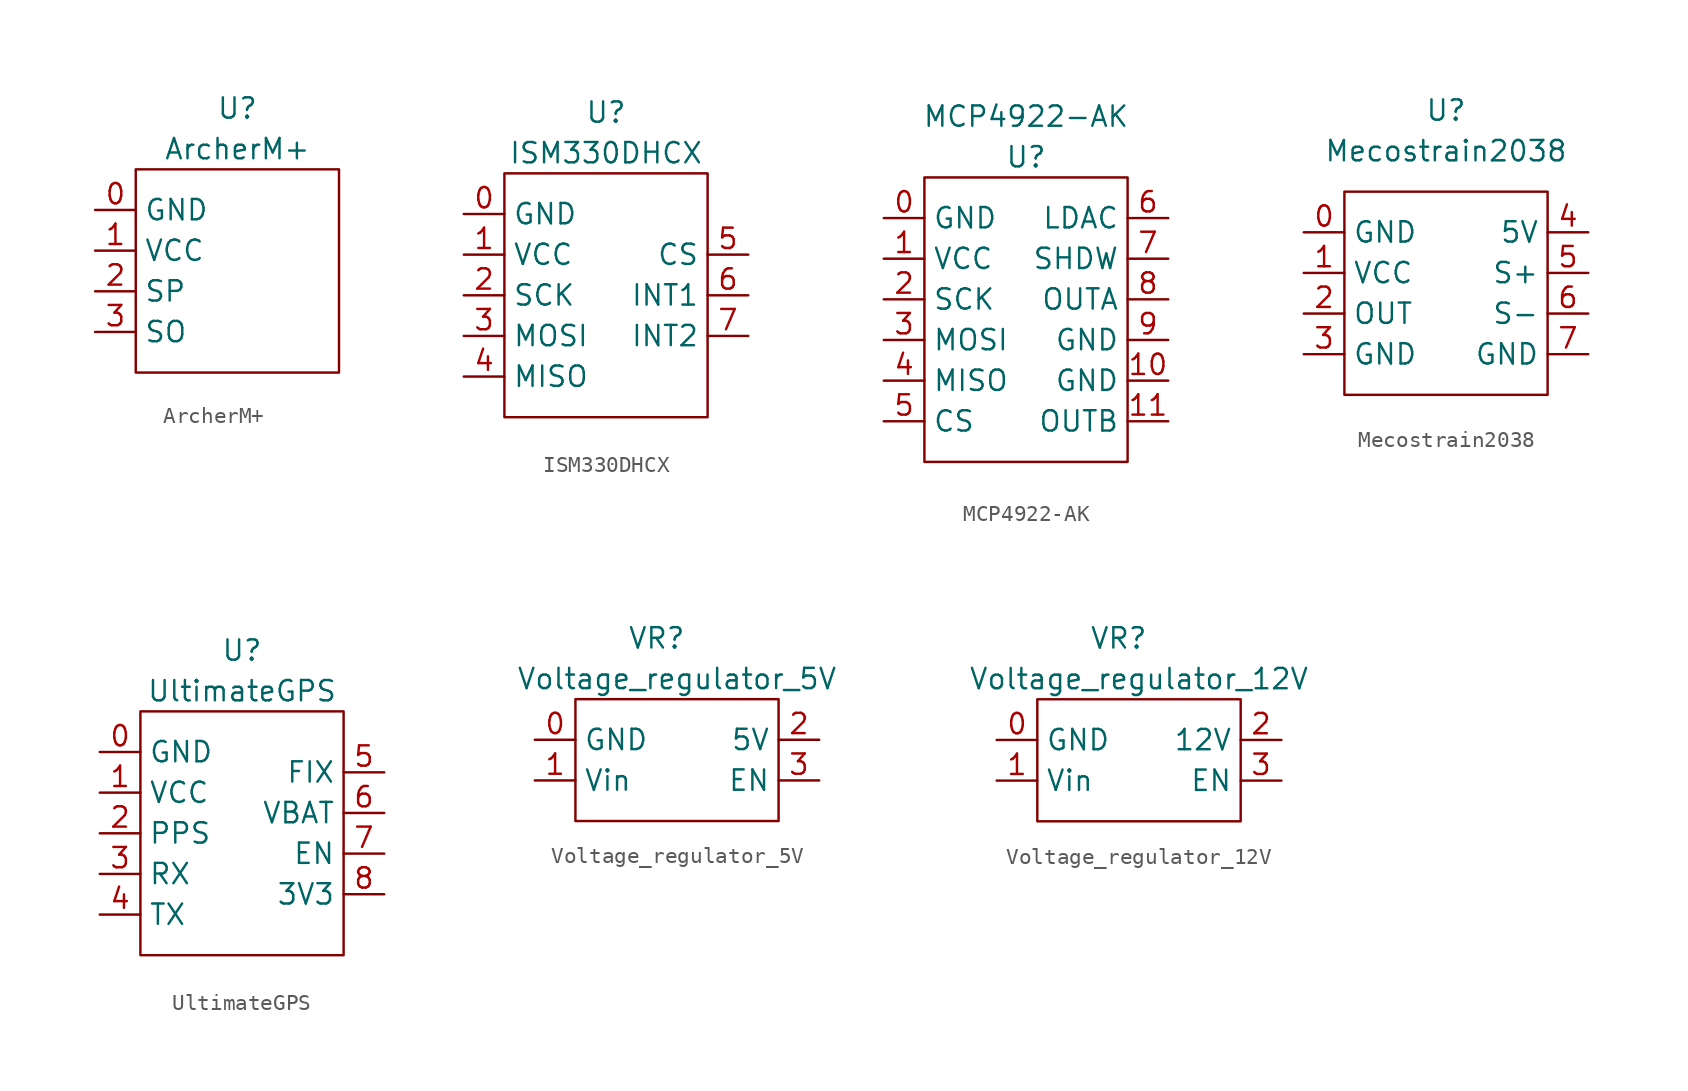
<source format=kicad_sym>
(kicad_symbol_lib
  (version 20211014)
  (generator kicad_symbol_editor)
  (symbol "ArcherM+"
    (property "Reference" "U"
      (at 0 10.16 0)
      (effects (font (size 1.27 1.27))))
    (property "Value" "ArcherM+"
      (at 0 7.62 0)
      (effects (font (size 1.27 1.27))))
    (symbol "ArcherM+_0_1"
      (rectangle (start -6.35 6.35) (end 6.35 -6.35) (stroke (width 0) (type default) (color 0 0 0 0)) (fill (type none))))
    (symbol "ArcherM+_1_1"
      (pin passive line (at -8.89 3.81 0) (length 2.54) (name "GND" (effects (font (size 1.27 1.27)))) (number "0" (effects (font (size 1.27 1.27)))))
      (pin passive line (at -8.89 1.27 0) (length 2.54) (name "VCC" (effects (font (size 1.27 1.27)))) (number "1" (effects (font (size 1.27 1.27)))))
      (pin passive line (at -8.89 -1.27 0) (length 2.54) (name "SP" (effects (font (size 1.27 1.27)))) (number "2" (effects (font (size 1.27 1.27)))))
      (pin passive line (at -8.89 -3.81 0) (length 2.54) (name "SO" (effects (font (size 1.27 1.27)))) (number "3" (effects (font (size 1.27 1.27)))))))
  (symbol "ISM330DHCX"
    (property "Reference" "U"
      (at 0 11.43 0)
      (effects (font (size 1.27 1.27))))
    (property "Value" "ISM330DHCX"
      (at 0 8.89 0)
      (effects (font (size 1.27 1.27))))
    (symbol "ISM330DHCX_0_1"
      (rectangle (start -6.35 7.62) (end 6.35 -7.62) (stroke (width 0) (type default) (color 0 0 0 0)) (fill (type none))))
    (symbol "ISM330DHCX_1_1"
      (pin passive line (at -8.89 5.08 0) (length 2.54) (name "GND" (effects (font (size 1.27 1.27)))) (number "0" (effects (font (size 1.27 1.27)))))
      (pin passive line (at -8.89 2.54 0) (length 2.54) (name "VCC" (effects (font (size 1.27 1.27)))) (number "1" (effects (font (size 1.27 1.27)))))
      (pin passive line (at -8.89 0 0) (length 2.54) (name "SCK" (effects (font (size 1.27 1.27)))) (number "2" (effects (font (size 1.27 1.27)))))
      (pin passive line (at -8.89 -2.54 0) (length 2.54) (name "MOSI" (effects (font (size 1.27 1.27)))) (number "3" (effects (font (size 1.27 1.27)))))
      (pin passive line (at -8.89 -5.08 0) (length 2.54) (name "MISO" (effects (font (size 1.27 1.27)))) (number "4" (effects (font (size 1.27 1.27)))))
      (pin passive line (at 8.89 2.54 180) (length 2.54) (name "CS" (effects (font (size 1.27 1.27)))) (number "5" (effects (font (size 1.27 1.27)))))
      (pin passive line (at 8.89 0 180) (length 2.54) (name "INT1" (effects (font (size 1.27 1.27)))) (number "6" (effects (font (size 1.27 1.27)))))
      (pin passive line (at 8.89 -2.54 180) (length 2.54) (name "INT2" (effects (font (size 1.27 1.27)))) (number "7" (effects (font (size 1.27 1.27)))))))
  (symbol "MCP4922-AK"
    (property "Reference" "U"
      (at 0 11.43 0)
      (effects (font (size 1.27 1.27))))
    (property "Value" "MCP4922-AK"
      (at 0 13.97 0)
      (effects (font (size 1.27 1.27))))
    (symbol "MCP4922-AK_0_1"
      (rectangle (start -6.35 10.16) (end 6.35 -7.62) (stroke (width 0) (type default) (color 0 0 0 0)) (fill (type none))))
    (symbol "MCP4922-AK_1_1"
      (pin passive line (at -8.89 7.62 0) (length 2.54) (name "GND" (effects (font (size 1.27 1.27)))) (number "0" (effects (font (size 1.27 1.27)))))
      (pin passive line (at -8.89 5.08 0) (length 2.54) (name "VCC" (effects (font (size 1.27 1.27)))) (number "1" (effects (font (size 1.27 1.27)))))
      (pin passive line (at 8.89 -2.54 180) (length 2.54) (name "GND" (effects (font (size 1.27 1.27)))) (number "10" (effects (font (size 1.27 1.27)))))
      (pin passive line (at 8.89 -5.08 180) (length 2.54) (name "OUTB" (effects (font (size 1.27 1.27)))) (number "11" (effects (font (size 1.27 1.27)))))
      (pin passive line (at -8.89 2.54 0) (length 2.54) (name "SCK" (effects (font (size 1.27 1.27)))) (number "2" (effects (font (size 1.27 1.27)))))
      (pin passive line (at -8.89 0 0) (length 2.54) (name "MOSI" (effects (font (size 1.27 1.27)))) (number "3" (effects (font (size 1.27 1.27)))))
      (pin passive line (at -8.89 -2.54 0) (length 2.54) (name "MISO" (effects (font (size 1.27 1.27)))) (number "4" (effects (font (size 1.27 1.27)))))
      (pin passive line (at -8.89 -5.08 0) (length 2.54) (name "CS" (effects (font (size 1.27 1.27)))) (number "5" (effects (font (size 1.27 1.27)))))
      (pin passive line (at 8.89 7.62 180) (length 2.54) (name "LDAC" (effects (font (size 1.27 1.27)))) (number "6" (effects (font (size 1.27 1.27)))))
      (pin passive line (at 8.89 5.08 180) (length 2.54) (name "SHDW" (effects (font (size 1.27 1.27)))) (number "7" (effects (font (size 1.27 1.27)))))
      (pin passive line (at 8.89 2.54 180) (length 2.54) (name "OUTA" (effects (font (size 1.27 1.27)))) (number "8" (effects (font (size 1.27 1.27)))))
      (pin passive line (at 8.89 0 180) (length 2.54) (name "GND" (effects (font (size 1.27 1.27)))) (number "9" (effects (font (size 1.27 1.27)))))))
  (symbol "Mecostrain2038"
    (property "Reference" "U"
      (at 0 11.43 0)
      (effects (font (size 1.27 1.27))))
    (property "Value" "Mecostrain2038"
      (at 0 8.89 0)
      (effects (font (size 1.27 1.27))))
    (symbol "Mecostrain2038_0_1"
      (rectangle (start -6.35 6.35) (end 6.35 -6.35) (stroke (width 0) (type default) (color 0 0 0 0)) (fill (type none))))
    (symbol "Mecostrain2038_1_1"
      (pin passive line (at -8.89 3.81 0) (length 2.54) (name "GND" (effects (font (size 1.27 1.27)))) (number "0" (effects (font (size 1.27 1.27)))))
      (pin passive line (at -8.89 1.27 0) (length 2.54) (name "VCC" (effects (font (size 1.27 1.27)))) (number "1" (effects (font (size 1.27 1.27)))))
      (pin passive line (at -8.89 -1.27 0) (length 2.54) (name "OUT" (effects (font (size 1.27 1.27)))) (number "2" (effects (font (size 1.27 1.27)))))
      (pin passive line (at -8.89 -3.81 0) (length 2.54) (name "GND" (effects (font (size 1.27 1.27)))) (number "3" (effects (font (size 1.27 1.27)))))
      (pin passive line (at 8.89 3.81 180) (length 2.54) (name "5V" (effects (font (size 1.27 1.27)))) (number "4" (effects (font (size 1.27 1.27)))))
      (pin passive line (at 8.89 1.27 180) (length 2.54) (name "S+" (effects (font (size 1.27 1.27)))) (number "5" (effects (font (size 1.27 1.27)))))
      (pin passive line (at 8.89 -1.27 180) (length 2.54) (name "S-" (effects (font (size 1.27 1.27)))) (number "6" (effects (font (size 1.27 1.27)))))
      (pin passive line (at 8.89 -3.81 180) (length 2.54) (name "GND" (effects (font (size 1.27 1.27)))) (number "7" (effects (font (size 1.27 1.27)))))))
  (symbol "UltimateGPS"
    (property "Reference" "U"
      (at 0 11.43 0)
      (effects (font (size 1.27 1.27))))
    (property "Value" "UltimateGPS"
      (at 0 8.89 0)
      (effects (font (size 1.27 1.27))))
    (symbol "UltimateGPS_0_1"
      (rectangle (start -6.35 7.62) (end 6.35 -7.62) (stroke (width 0) (type default) (color 0 0 0 0)) (fill (type none))))
    (symbol "UltimateGPS_1_1"
      (pin passive line (at -8.89 5.08 0) (length 2.54) (name "GND" (effects (font (size 1.27 1.27)))) (number "0" (effects (font (size 1.27 1.27)))))
      (pin passive line (at -8.89 2.54 0) (length 2.54) (name "VCC" (effects (font (size 1.27 1.27)))) (number "1" (effects (font (size 1.27 1.27)))))
      (pin passive line (at -8.89 0 0) (length 2.54) (name "PPS" (effects (font (size 1.27 1.27)))) (number "2" (effects (font (size 1.27 1.27)))))
      (pin passive line (at -8.89 -2.54 0) (length 2.54) (name "RX" (effects (font (size 1.27 1.27)))) (number "3" (effects (font (size 1.27 1.27)))))
      (pin passive line (at -8.89 -5.08 0) (length 2.54) (name "TX" (effects (font (size 1.27 1.27)))) (number "4" (effects (font (size 1.27 1.27)))))
      (pin passive line (at 8.89 3.81 180) (length 2.54) (name "FIX" (effects (font (size 1.27 1.27)))) (number "5" (effects (font (size 1.27 1.27)))))
      (pin passive line (at 8.89 1.27 180) (length 2.54) (name "VBAT" (effects (font (size 1.27 1.27)))) (number "6" (effects (font (size 1.27 1.27)))))
      (pin passive line (at 8.89 -1.27 180) (length 2.54) (name "EN" (effects (font (size 1.27 1.27)))) (number "7" (effects (font (size 1.27 1.27)))))
      (pin passive line (at 8.89 -3.81 180) (length 2.54) (name "3V3" (effects (font (size 1.27 1.27)))) (number "8" (effects (font (size 1.27 1.27)))))))
  (symbol "Voltage_regulator_5V"
    (property "Reference" "VR"
      (at -1.27 7.62 0)
      (effects (font (size 1.27 1.27))))
    (property "Value" "Voltage_regulator_5V"
      (at 0 5.08 0)
      (effects (font (size 1.27 1.27))))
    (symbol "Voltage_regulator_5V_0_1"
      (rectangle (start -6.35 3.81) (end 6.35 -3.81) (stroke (width 0) (type default) (color 0 0 0 0)) (fill (type none))))
    (symbol "Voltage_regulator_5V_1_1"
      (pin passive line (at -8.89 1.27 0) (length 2.54) (name "GND" (effects (font (size 1.27 1.27)))) (number "0" (effects (font (size 1.27 1.27)))))
      (pin passive line (at -8.89 -1.27 0) (length 2.54) (name "Vin" (effects (font (size 1.27 1.27)))) (number "1" (effects (font (size 1.27 1.27)))))
      (pin passive line (at 8.89 1.27 180) (length 2.54) (name "5V" (effects (font (size 1.27 1.27)))) (number "2" (effects (font (size 1.27 1.27)))))
      (pin passive line (at 8.89 -1.27 180) (length 2.54) (name "EN" (effects (font (size 1.27 1.27)))) (number "3" (effects (font (size 1.27 1.27)))))))
  (symbol "Voltage_regulator_12V"
    (property "Reference" "VR"
      (at -1.27 7.62 0)
      (effects (font (size 1.27 1.27))))
    (property "Value" "Voltage_regulator_12V"
      (at 0 5.08 0)
      (effects (font (size 1.27 1.27))))
    (symbol "Voltage_regulator_12V_0_1"
      (rectangle (start -6.35 3.81) (end 6.35 -3.81) (stroke (width 0) (type default) (color 0 0 0 0)) (fill (type none))))
    (symbol "Voltage_regulator_12V_1_1"
      (pin passive line (at -8.89 1.27 0) (length 2.54) (name "GND" (effects (font (size 1.27 1.27)))) (number "0" (effects (font (size 1.27 1.27)))))
      (pin passive line (at -8.89 -1.27 0) (length 2.54) (name "Vin" (effects (font (size 1.27 1.27)))) (number "1" (effects (font (size 1.27 1.27)))))
      (pin passive line (at 8.89 1.27 180) (length 2.54) (name "12V" (effects (font (size 1.27 1.27)))) (number "2" (effects (font (size 1.27 1.27)))))
      (pin passive line (at 8.89 -1.27 180) (length 2.54) (name "EN" (effects (font (size 1.27 1.27)))) (number "3" (effects (font (size 1.27 1.27))))))))
</source>
